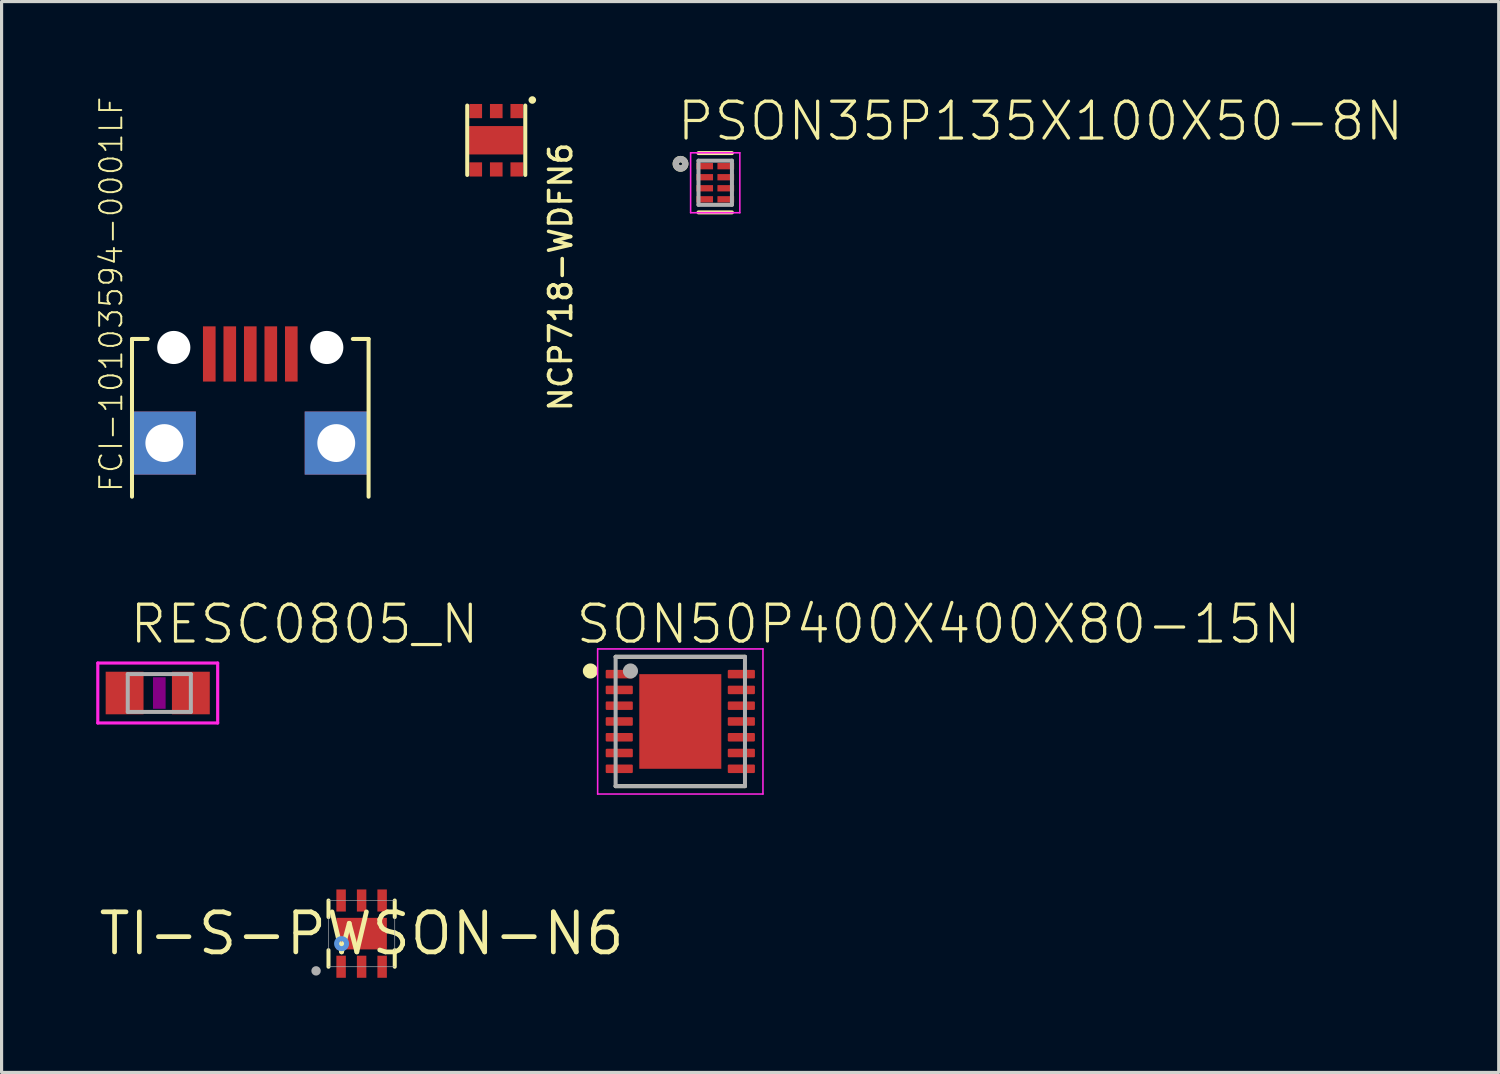
<source format=kicad_pcb>
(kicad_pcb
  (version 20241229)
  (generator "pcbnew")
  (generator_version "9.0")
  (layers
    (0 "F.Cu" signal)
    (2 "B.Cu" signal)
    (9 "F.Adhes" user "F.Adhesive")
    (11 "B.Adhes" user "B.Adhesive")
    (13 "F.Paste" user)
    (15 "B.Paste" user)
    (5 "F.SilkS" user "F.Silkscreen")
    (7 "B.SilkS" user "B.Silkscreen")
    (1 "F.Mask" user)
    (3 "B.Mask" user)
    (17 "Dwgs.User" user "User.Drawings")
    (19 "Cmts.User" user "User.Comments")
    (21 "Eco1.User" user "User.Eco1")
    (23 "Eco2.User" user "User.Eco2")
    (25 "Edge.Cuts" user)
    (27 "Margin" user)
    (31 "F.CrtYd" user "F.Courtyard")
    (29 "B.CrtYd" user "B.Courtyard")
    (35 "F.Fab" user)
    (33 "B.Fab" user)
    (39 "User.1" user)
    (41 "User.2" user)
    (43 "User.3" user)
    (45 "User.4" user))
  (footprint "NCP718-WDFN6"
    (layer "F.Cu")
    (at 12.681 1.396)
    (property "Reference" "NCP718-WDFN6" (at 1.631 0.015 90) (layer "F.SilkS") (effects (font (size 0.699 0.699) (thickness 0.114)) (justify right top)))
    (fp_line (start -0.92 -1.1) (end -0.92 1.1) (stroke (width 0.127) (type solid)) (layer "F.SilkS"))
    (fp_line (start 0.92 -1.1) (end 0.92 1.1) (stroke (width 0.127) (type solid)) (layer "F.SilkS"))
    (fp_circle (center 1.143 -1.276) (end 1.203 -1.276) (stroke (width 0.12) (type solid)) (fill yes) (layer "F.SilkS"))
    (pad "1" smd rect (at 0.65 -0.925) (size 0.4 0.45) (layers "F.Cu" "F.Mask" "F.Paste"))
    (pad "2" smd rect (at 0 -0.925) (size 0.4 0.45) (layers "F.Cu" "F.Mask" "F.Paste"))
    (pad "3" smd rect (at -0.65 -0.925) (size 0.4 0.45) (layers "F.Cu" "F.Mask" "F.Paste"))
    (pad "4" smd rect (at -0.65 0.925) (size 0.4 0.45) (layers "F.Cu" "F.Mask" "F.Paste"))
    (pad "5" smd rect (at 0 0.925) (size 0.4 0.45) (layers "F.Cu" "F.Mask" "F.Paste"))
    (pad "6" smd rect (at 0.65 0.925) (size 0.4 0.45) (layers "F.Cu" "F.Mask" "F.Paste"))
    (pad "7" smd rect (at 0 0) (size 1.72 0.9) (layers "F.Cu" "F.Mask" "F.Paste")))
  (footprint "FCI-10103594-0001LF"
    (layer "F.Cu")
    (at 4.884 12.695)
    (property "Reference" "FCI-10103594-0001LF" (at -4 -0.1 90) (layer "F.SilkS") (effects (font (size 0.701 0.701) (thickness 0.061)) (justify left bottom)))
    (fp_line (start -3.75 -5) (end -3.25 -5) (stroke (width 0.127) (type solid)) (layer "F.SilkS"))
    (fp_line (start -3.75 0) (end -3.75 -5) (stroke (width 0.127) (type solid)) (layer "F.SilkS"))
    (fp_line (start 3.75 -5) (end 3.25 -5) (stroke (width 0.127) (type solid)) (layer "F.SilkS"))
    (fp_line (start 3.75 -5) (end 3.75 0) (stroke (width 0.127) (type solid)) (layer "F.SilkS"))
    (pad "" np_thru_hole circle (at -2.425 -4.73) (size 1.05 1.05) (drill 1.05) (layers "*.Cu" "*.Mask"))
    (pad "" np_thru_hole circle (at 2.425 -4.73) (size 1.05 1.05) (drill 1.05) (layers "*.Cu" "*.Mask"))
    (pad "1" smd rect (at -1.3 -4.525 90) (size 1.75 0.4) (layers "F.Cu" "F.Mask" "F.Paste"))
    (pad "2" smd rect (at -0.65 -4.525 90) (size 1.75 0.4) (layers "F.Cu" "F.Mask" "F.Paste"))
    (pad "3" smd rect (at 0 -4.525 90) (size 1.75 0.4) (layers "F.Cu" "F.Mask" "F.Paste"))
    (pad "4" smd rect (at 0.65 -4.525 90) (size 1.75 0.4) (layers "F.Cu" "F.Mask" "F.Paste"))
    (pad "5" smd rect (at 1.3 -4.525 90) (size 1.75 0.4) (layers "F.Cu" "F.Mask" "F.Paste"))
    (pad "P$3" thru_hole rect (at -2.725 -1.7) (size 2 2) (drill 1.2) (layers "*.Cu" "*.Mask"))
    (pad "P$4" thru_hole rect (at 2.725 -1.7) (size 2 2) (drill 1.2) (layers "*.Cu" "*.Mask")))
  (footprint "PSON35P135X100X50-8N"
    (layer "F.Cu")
    (at 19.622 2.743)
    (property "Reference" "PSON35P135X100X50-8N" (at -1.27 -1.27 0) (layer "F.SilkS") (effects (font (size 1.168 1.168) (thickness 0.102)) (justify left bottom)))
    (fp_line (start -0.53 -0.94) (end 0.53 -0.94) (stroke (width 0.127) (type solid)) (layer "F.SilkS"))
    (fp_line (start 0.53 0.94) (end -0.53 0.94) (stroke (width 0.127) (type solid)) (layer "F.SilkS"))
    (fp_circle (center -1.1 -0.6) (end -1.05 -0.6) (stroke (width 0.2) (type solid)) (fill no) (layer "F.SilkS"))
    (fp_line (start -0.78 -0.95) (end 0.78 -0.95) (stroke (width 0.05) (type solid)) (layer "F.CrtYd"))
    (fp_line (start -0.78 0.95) (end -0.78 -0.95) (stroke (width 0.05) (type solid)) (layer "F.CrtYd"))
    (fp_line (start 0.78 -0.95) (end 0.78 0.95) (stroke (width 0.05) (type solid)) (layer "F.CrtYd"))
    (fp_line (start 0.78 0.95) (end -0.78 0.95) (stroke (width 0.05) (type solid)) (layer "F.CrtYd"))
    (fp_line (start -0.53 -0.7) (end 0.53 -0.7) (stroke (width 0.127) (type solid)) (layer "F.Fab"))
    (fp_line (start -0.53 0.7) (end -0.53 -0.7) (stroke (width 0.127) (type solid)) (layer "F.Fab"))
    (fp_line (start 0.53 -0.7) (end 0.53 0.7) (stroke (width 0.127) (type solid)) (layer "F.Fab"))
    (fp_line (start 0.53 0.7) (end -0.53 0.7) (stroke (width 0.127) (type solid)) (layer "F.Fab"))
    (fp_circle (center -1.1 -0.6) (end -1.05 -0.6) (stroke (width 0.2) (type solid)) (fill no) (layer "F.Fab"))
    (pad "1" smd rect (at -0.335 -0.525) (size 0.53 0.2) (layers "F.Cu" "F.Mask" "F.Paste"))
    (pad "2" smd rect (at -0.335 -0.175) (size 0.53 0.2) (layers "F.Cu" "F.Mask" "F.Paste"))
    (pad "3" smd rect (at -0.335 0.175) (size 0.53 0.2) (layers "F.Cu" "F.Mask" "F.Paste"))
    (pad "4" smd rect (at -0.335 0.525) (size 0.53 0.2) (layers "F.Cu" "F.Mask" "F.Paste"))
    (pad "5" smd rect (at 0.335 0.525) (size 0.53 0.2) (layers "F.Cu" "F.Mask" "F.Paste"))
    (pad "6" smd rect (at 0.335 0.175) (size 0.53 0.2) (layers "F.Cu" "F.Mask" "F.Paste"))
    (pad "7" smd rect (at 0.335 -0.175) (size 0.53 0.2) (layers "F.Cu" "F.Mask" "F.Paste"))
    (pad "8" smd rect (at 0.335 -0.525) (size 0.53 0.2) (layers "F.Cu" "F.Mask" "F.Paste")))
  (footprint "RESC0805_N"
    (layer "F.Cu")
    (at 2 18.918)
    (property "Reference" "RESC0805_N" (at -1 -1.5 0) (layer "F.SilkS") (effects (font (size 1.168 1.168) (thickness 0.102)) (justify left bottom)))
    (fp_poly (pts (xy -0.2 0.5) (xy 0.2 0.5) (xy 0.2 -0.5) (xy -0.2 -0.5)) (stroke (width 0) (type solid)) (fill yes) (layer "F.Adhes"))
    (fp_line (start -1.95 -0.95) (end -1.95 0.95) (stroke (width 0.1) (type solid)) (layer "F.CrtYd"))
    (fp_line (start -1.95 0.95) (end 1.85 0.95) (stroke (width 0.1) (type solid)) (layer "F.CrtYd"))
    (fp_line (start 1.85 -0.95) (end -1.95 -0.95) (stroke (width 0.1) (type solid)) (layer "F.CrtYd"))
    (fp_line (start 1.85 0.95) (end 1.85 -0.95) (stroke (width 0.1) (type solid)) (layer "F.CrtYd"))
    (fp_line (start -1 -0.6) (end 1 -0.6) (stroke (width 0.127) (type solid)) (layer "F.Fab"))
    (fp_line (start -1 0.6) (end -1 -0.6) (stroke (width 0.127) (type solid)) (layer "F.Fab"))
    (fp_line (start 1 -0.6) (end 1 0.6) (stroke (width 0.127) (type solid)) (layer "F.Fab"))
    (fp_line (start 1 0.6) (end -1 0.6) (stroke (width 0.127) (type solid)) (layer "F.Fab"))
    (pad "1" smd rect (at -1.1 0) (size 1.2 1.35) (layers "F.Cu" "F.Mask" "F.Paste"))
    (pad "2" smd rect (at 1 0) (size 1.2 1.35) (layers "F.Cu" "F.Mask" "F.Paste")))
  (footprint "TI-S-PWSON-N6"
    (layer "F.Cu")
    (at 8.413 26.545)
    (property "Reference" "TI-S-PWSON-N6" (at 0 0 0) (layer "F.SilkS") (effects (font (size 1.27 1.27) (thickness 0.15))))
    (fp_line (start -1.05 -1.05) (end -1.05 -0.525) (stroke (width 0.127) (type solid)) (layer "F.SilkS"))
    (fp_line (start -1.05 0.525) (end -1.05 1.05) (stroke (width 0.127) (type solid)) (layer "F.SilkS"))
    (fp_line (start 1.05 -1.05) (end 1.05 -0.525) (stroke (width 0.127) (type solid)) (layer "F.SilkS"))
    (fp_line (start 1.05 0.525) (end 1.05 1.05) (stroke (width 0.127) (type solid)) (layer "F.SilkS"))
    (fp_circle (center -0.4 0) (end -0.35 0) (stroke (width 0.1) (type solid)) (fill yes) (layer "F.Paste"))
    (fp_circle (center 0.4 0) (end 0.45 0) (stroke (width 0.1) (type solid)) (fill yes) (layer "F.Paste"))
    (fp_circle (center -0.635 0.318) (end -0.556 0.318) (stroke (width 0.159) (type solid)) (fill no) (layer "Cmts.User"))
    (fp_line (start -1.05 -1.05) (end 1.05 -1.05) (stroke (width 0.02) (type solid)) (layer "F.Fab"))
    (fp_line (start -1.05 0.525) (end -1.05 -0.525) (stroke (width 0.02) (type solid)) (layer "F.Fab"))
    (fp_line (start -1.05 1.05) (end 1.05 1.05) (stroke (width 0.02) (type solid)) (layer "F.Fab"))
    (fp_line (start 1.05 0.525) (end 1.05 -0.525) (stroke (width 0.02) (type solid)) (layer "F.Fab"))
    (fp_circle (center -1.444 1.181) (end -1.369 1.181) (stroke (width 0.15) (type solid)) (fill no) (layer "F.Fab"))
    (pad "1" smd rect (at -0.65 1.05) (size 0.3 0.7) (layers "F.Cu" "F.Mask" "F.Paste"))
    (pad "2" smd rect (at 0 1.05) (size 0.3 0.7) (layers "F.Cu" "F.Mask" "F.Paste"))
    (pad "3" smd rect (at 0.65 1.05) (size 0.3 0.7) (layers "F.Cu" "F.Mask" "F.Paste"))
    (pad "4" smd rect (at 0.65 -1.05) (size 0.3 0.7) (layers "F.Cu" "F.Mask" "F.Paste"))
    (pad "5" smd rect (at 0 -1.05) (size 0.3 0.7) (layers "F.Cu" "F.Mask" "F.Paste"))
    (pad "6" smd rect (at -0.65 -1.05) (size 0.3 0.7) (layers "F.Cu" "F.Mask" "F.Paste"))
    (pad "7" smd rect (at 0 0) (size 1.6 1) (layers "F.Cu" "F.Mask")))
  (footprint "SON50P400X400X80-15N"
    (layer "F.Cu")
    (at 18.515 19.82)
    (property "Reference" "SON50P400X400X80-15N" (at -3.372 -2.401 0) (layer "F.SilkS") (effects (font (size 1.169 1.169) (thickness 0.102)) (justify left bottom)))
    (fp_line (start -2.05 -2.05) (end 2.05 -2.05) (stroke (width 0.127) (type solid)) (layer "F.SilkS"))
    (fp_line (start 2.05 2.05) (end -2.05 2.05) (stroke (width 0.127) (type solid)) (layer "F.SilkS"))
    (fp_circle (center -2.85 -1.6) (end -2.73 -1.6) (stroke (width 0.24) (type solid)) (fill no) (layer "F.SilkS"))
    (fp_poly (pts (xy -0.821 0.951) (xy 0.82 0.951) (xy 0.82 -0.95) (xy -0.821 -0.95)) (stroke (width 0) (type solid)) (fill yes) (layer "F.Paste"))
    (fp_line (start -2.62 -2.3) (end 2.62 -2.3) (stroke (width 0.05) (type solid)) (layer "F.CrtYd"))
    (fp_line (start -2.62 2.3) (end -2.62 -2.3) (stroke (width 0.05) (type solid)) (layer "F.CrtYd"))
    (fp_line (start 2.62 -2.3) (end 2.62 2.3) (stroke (width 0.05) (type solid)) (layer "F.CrtYd"))
    (fp_line (start 2.62 2.3) (end -2.62 2.3) (stroke (width 0.05) (type solid)) (layer "F.CrtYd"))
    (fp_line (start -2.05 -2.05) (end 2.05 -2.05) (stroke (width 0.127) (type solid)) (layer "F.Fab"))
    (fp_line (start -2.05 2.05) (end -2.05 -2.05) (stroke (width 0.127) (type solid)) (layer "F.Fab"))
    (fp_line (start 2.05 -2.05) (end 2.05 2.05) (stroke (width 0.127) (type solid)) (layer "F.Fab"))
    (fp_line (start 2.05 2.05) (end -2.05 2.05) (stroke (width 0.127) (type solid)) (layer "F.Fab"))
    (fp_circle (center -1.58 -1.6) (end -1.46 -1.6) (stroke (width 0.24) (type solid)) (fill no) (layer "F.Fab"))
    (pad "1" smd roundrect (at -1.935 -1.5) (size 0.86 0.27) (layers "F.Cu" "F.Mask" "F.Paste") (roundrect_rratio 0.125))
    (pad "2" smd roundrect (at -1.935 -1) (size 0.86 0.27) (layers "F.Cu" "F.Mask" "F.Paste") (roundrect_rratio 0.125))
    (pad "3" smd roundrect (at -1.935 -0.5) (size 0.86 0.27) (layers "F.Cu" "F.Mask" "F.Paste") (roundrect_rratio 0.125))
    (pad "4" smd roundrect (at -1.935 0) (size 0.86 0.27) (layers "F.Cu" "F.Mask" "F.Paste") (roundrect_rratio 0.125))
    (pad "5" smd roundrect (at -1.935 0.5) (size 0.86 0.27) (layers "F.Cu" "F.Mask" "F.Paste") (roundrect_rratio 0.125))
    (pad "6" smd roundrect (at -1.935 1) (size 0.86 0.27) (layers "F.Cu" "F.Mask" "F.Paste") (roundrect_rratio 0.125))
    (pad "7" smd roundrect (at -1.935 1.5) (size 0.86 0.27) (layers "F.Cu" "F.Mask" "F.Paste") (roundrect_rratio 0.125))
    (pad "8" smd roundrect (at 1.935 1.5 180) (size 0.86 0.27) (layers "F.Cu" "F.Mask" "F.Paste") (roundrect_rratio 0.125))
    (pad "9" smd roundrect (at 1.935 1 180) (size 0.86 0.27) (layers "F.Cu" "F.Mask" "F.Paste") (roundrect_rratio 0.125))
    (pad "10" smd roundrect (at 1.935 0.5 180) (size 0.86 0.27) (layers "F.Cu" "F.Mask" "F.Paste") (roundrect_rratio 0.125))
    (pad "11" smd roundrect (at 1.935 0 180) (size 0.86 0.27) (layers "F.Cu" "F.Mask" "F.Paste") (roundrect_rratio 0.125))
    (pad "12" smd roundrect (at 1.935 -0.5 180) (size 0.86 0.27) (layers "F.Cu" "F.Mask" "F.Paste") (roundrect_rratio 0.125))
    (pad "13" smd roundrect (at 1.935 -1 180) (size 0.86 0.27) (layers "F.Cu" "F.Mask" "F.Paste") (roundrect_rratio 0.125))
    (pad "14" smd roundrect (at 1.935 -1.5 180) (size 0.86 0.27) (layers "F.Cu" "F.Mask" "F.Paste") (roundrect_rratio 0.125))
    (pad "15" smd rect (at 0 0) (size 2.6 3) (layers "F.Cu" "F.Mask")))
  (gr_rect
    (start -3 -3)
    (end 44.458 30.945)
    (stroke (width 0.1) (type default))
    (fill no)
    (layer "Edge.Cuts")))
</source>
